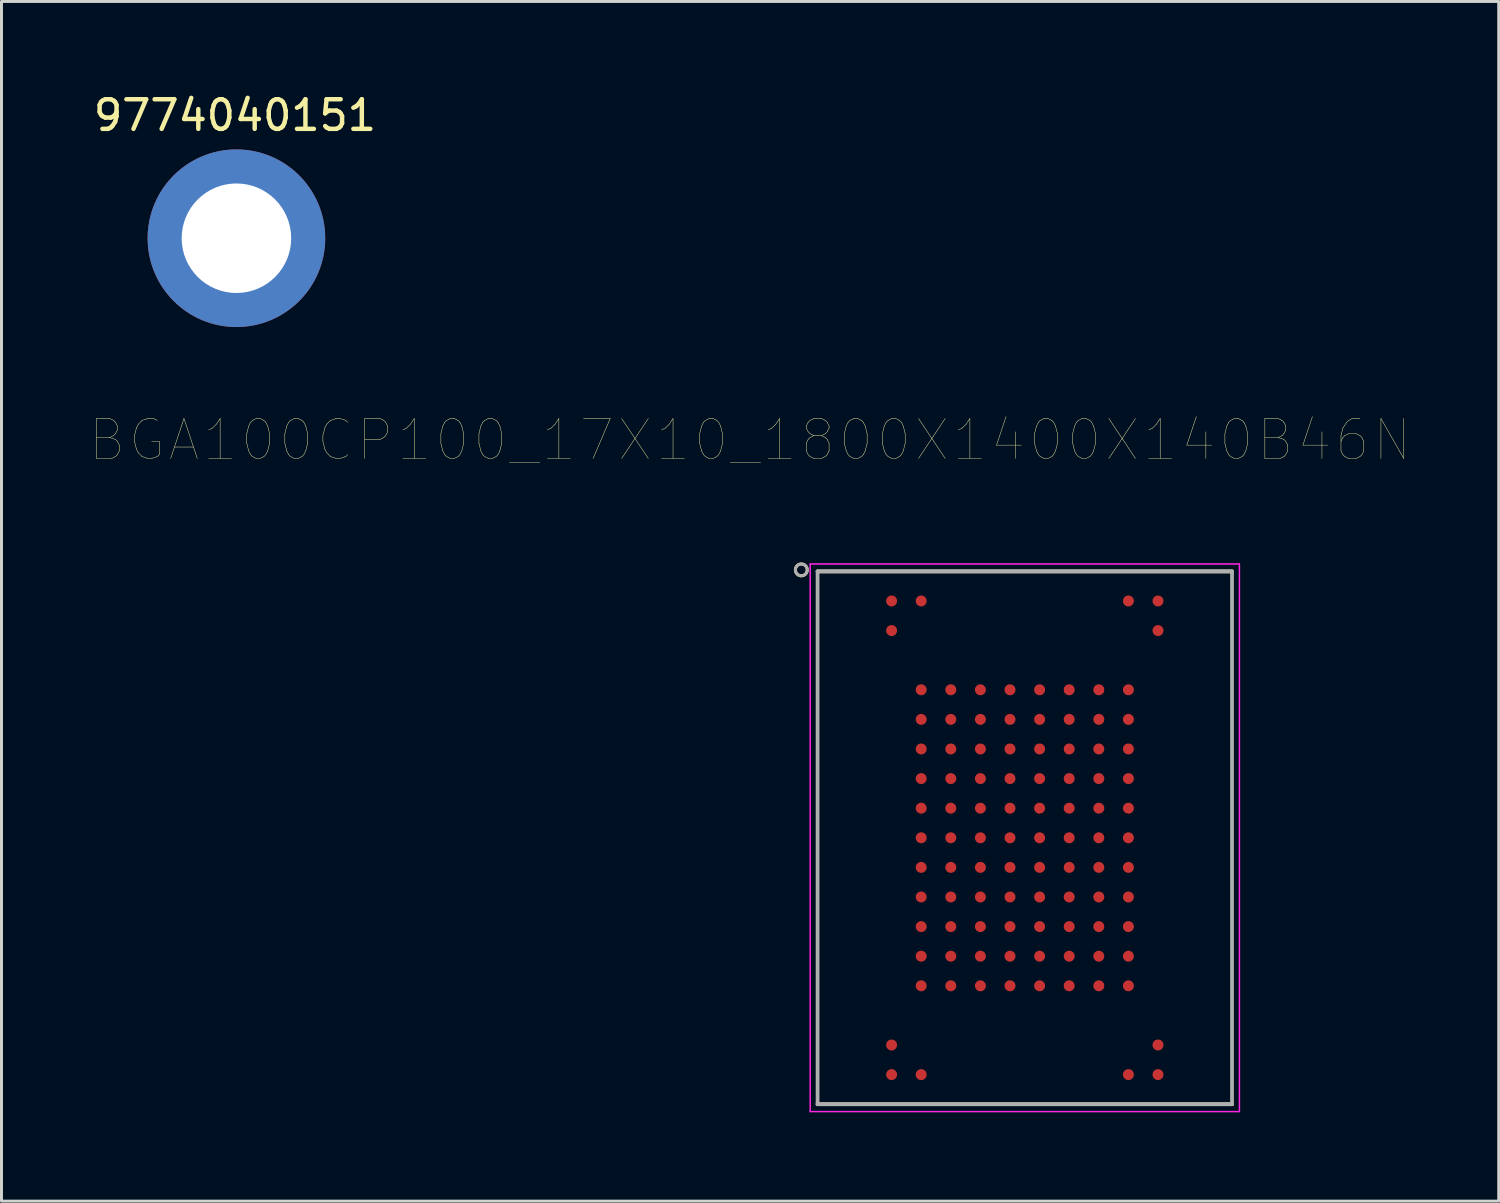
<source format=kicad_pcb>
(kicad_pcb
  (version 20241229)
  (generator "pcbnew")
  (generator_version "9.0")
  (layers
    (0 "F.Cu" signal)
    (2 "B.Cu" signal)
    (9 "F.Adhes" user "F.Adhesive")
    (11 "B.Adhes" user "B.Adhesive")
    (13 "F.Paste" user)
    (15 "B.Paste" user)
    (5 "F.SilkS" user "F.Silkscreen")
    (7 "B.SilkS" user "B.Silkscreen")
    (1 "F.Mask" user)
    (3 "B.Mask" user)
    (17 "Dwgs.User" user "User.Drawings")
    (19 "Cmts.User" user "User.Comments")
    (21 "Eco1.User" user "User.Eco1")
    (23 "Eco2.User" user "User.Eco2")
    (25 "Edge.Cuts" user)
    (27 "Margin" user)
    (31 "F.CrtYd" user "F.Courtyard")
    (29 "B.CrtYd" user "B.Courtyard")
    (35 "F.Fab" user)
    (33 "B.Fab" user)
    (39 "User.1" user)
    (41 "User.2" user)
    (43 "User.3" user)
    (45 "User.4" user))
  (footprint "9774040151"
    (layer "F.Cu")
    (at 4.887 5.048)
    (property "Reference" "9774040151" (at 0 -4.2 0) (layer "F.SilkS") (effects (font (size 1 1) (thickness 0.15))))
    (attr through_hole)
    (pad "1" thru_hole circle (at 0.05 -0.05) (size 6 6) (drill 3.7) (layers "*.Cu" "F.Mask" "F.Paste")))
  (footprint "BGA100CP100_17X10_1800X1400X140B46N"
    (layer "F.Cu")
    (at 31.57 25.252)
    (property "Reference" "BGA100CP100_17X10_1800X1400X140B46N" (at -9.28 -13.438 0) (layer "F.SilkS") (effects (font (size 1.35 1.35) (thickness 0.015))))
    (attr through_hole)
    (fp_line (start 7 -9) (end -7 -9) (stroke (width 0.127) (type solid)) (layer "F.SilkS"))
    (fp_line (start 7 9) (end -7 9) (stroke (width 0.127) (type solid)) (layer "F.SilkS"))
    (fp_circle (center -7.55 -9.05) (end -7.35 -9.05) (stroke (width 0.1) (type solid)) (fill no) (layer "F.SilkS"))
    (fp_line (start -7.25 -9.25) (end 7.25 -9.25) (stroke (width 0.05) (type solid)) (layer "F.CrtYd"))
    (fp_line (start -7.25 9.25) (end -7.25 -9.25) (stroke (width 0.05) (type solid)) (layer "F.CrtYd"))
    (fp_line (start -7.25 9.25) (end 7.25 9.25) (stroke (width 0.05) (type solid)) (layer "F.CrtYd"))
    (fp_line (start 7.25 9.25) (end 7.25 -9.25) (stroke (width 0.05) (type solid)) (layer "F.CrtYd"))
    (fp_line (start -7 9) (end -7 -9) (stroke (width 0.127) (type solid)) (layer "F.Fab"))
    (fp_line (start 7 -9) (end -7 -9) (stroke (width 0.127) (type solid)) (layer "F.Fab"))
    (fp_line (start 7 9) (end -7 9) (stroke (width 0.127) (type solid)) (layer "F.Fab"))
    (fp_line (start 7 9) (end 7 -9) (stroke (width 0.127) (type solid)) (layer "F.Fab"))
    (fp_circle (center -7.55 -9.05) (end -7.35 -9.05) (stroke (width 0.1) (type solid)) (fill no) (layer "F.Fab"))
    (pad "A1" smd circle (at -4.5 -8) (size 0.37 0.37) (layers "F.Cu" "F.Mask" "F.Paste"))
    (pad "A2" smd circle (at -3.5 -8) (size 0.37 0.37) (layers "F.Cu" "F.Mask" "F.Paste"))
    (pad "A9" smd circle (at 3.5 -8) (size 0.37 0.37) (layers "F.Cu" "F.Mask" "F.Paste"))
    (pad "A10" smd circle (at 4.5 -8) (size 0.37 0.37) (layers "F.Cu" "F.Mask" "F.Paste"))
    (pad "B1" smd circle (at -4.5 -7) (size 0.37 0.37) (layers "F.Cu" "F.Mask" "F.Paste"))
    (pad "B10" smd circle (at 4.5 -7) (size 0.37 0.37) (layers "F.Cu" "F.Mask" "F.Paste"))
    (pad "D2" smd circle (at -3.5 -5) (size 0.37 0.37) (layers "F.Cu" "F.Mask" "F.Paste"))
    (pad "D3" smd circle (at -2.5 -5) (size 0.37 0.37) (layers "F.Cu" "F.Mask" "F.Paste"))
    (pad "D4" smd circle (at -1.5 -5) (size 0.37 0.37) (layers "F.Cu" "F.Mask" "F.Paste"))
    (pad "D5" smd circle (at -0.5 -5) (size 0.37 0.37) (layers "F.Cu" "F.Mask" "F.Paste"))
    (pad "D6" smd circle (at 0.5 -5) (size 0.37 0.37) (layers "F.Cu" "F.Mask" "F.Paste"))
    (pad "D7" smd circle (at 1.5 -5) (size 0.37 0.37) (layers "F.Cu" "F.Mask" "F.Paste"))
    (pad "D8" smd circle (at 2.5 -5) (size 0.37 0.37) (layers "F.Cu" "F.Mask" "F.Paste"))
    (pad "D9" smd circle (at 3.5 -5) (size 0.37 0.37) (layers "F.Cu" "F.Mask" "F.Paste"))
    (pad "E2" smd circle (at -3.5 -4) (size 0.37 0.37) (layers "F.Cu" "F.Mask" "F.Paste"))
    (pad "E3" smd circle (at -2.5 -4) (size 0.37 0.37) (layers "F.Cu" "F.Mask" "F.Paste"))
    (pad "E4" smd circle (at -1.5 -4) (size 0.37 0.37) (layers "F.Cu" "F.Mask" "F.Paste"))
    (pad "E5" smd circle (at -0.5 -4) (size 0.37 0.37) (layers "F.Cu" "F.Mask" "F.Paste"))
    (pad "E6" smd circle (at 0.5 -4) (size 0.37 0.37) (layers "F.Cu" "F.Mask" "F.Paste"))
    (pad "E7" smd circle (at 1.5 -4) (size 0.37 0.37) (layers "F.Cu" "F.Mask" "F.Paste"))
    (pad "E8" smd circle (at 2.5 -4) (size 0.37 0.37) (layers "F.Cu" "F.Mask" "F.Paste"))
    (pad "E9" smd circle (at 3.5 -4) (size 0.37 0.37) (layers "F.Cu" "F.Mask" "F.Paste"))
    (pad "F2" smd circle (at -3.5 -3) (size 0.37 0.37) (layers "F.Cu" "F.Mask" "F.Paste"))
    (pad "F3" smd circle (at -2.5 -3) (size 0.37 0.37) (layers "F.Cu" "F.Mask" "F.Paste"))
    (pad "F4" smd circle (at -1.5 -3) (size 0.37 0.37) (layers "F.Cu" "F.Mask" "F.Paste"))
    (pad "F5" smd circle (at -0.5 -3) (size 0.37 0.37) (layers "F.Cu" "F.Mask" "F.Paste"))
    (pad "F6" smd circle (at 0.5 -3) (size 0.37 0.37) (layers "F.Cu" "F.Mask" "F.Paste"))
    (pad "F7" smd circle (at 1.5 -3) (size 0.37 0.37) (layers "F.Cu" "F.Mask" "F.Paste"))
    (pad "F8" smd circle (at 2.5 -3) (size 0.37 0.37) (layers "F.Cu" "F.Mask" "F.Paste"))
    (pad "F9" smd circle (at 3.5 -3) (size 0.37 0.37) (layers "F.Cu" "F.Mask" "F.Paste"))
    (pad "G2" smd circle (at -3.5 -2) (size 0.37 0.37) (layers "F.Cu" "F.Mask" "F.Paste"))
    (pad "G3" smd circle (at -2.5 -2) (size 0.37 0.37) (layers "F.Cu" "F.Mask" "F.Paste"))
    (pad "G4" smd circle (at -1.5 -2) (size 0.37 0.37) (layers "F.Cu" "F.Mask" "F.Paste"))
    (pad "G5" smd circle (at -0.5 -2) (size 0.37 0.37) (layers "F.Cu" "F.Mask" "F.Paste"))
    (pad "G6" smd circle (at 0.5 -2) (size 0.37 0.37) (layers "F.Cu" "F.Mask" "F.Paste"))
    (pad "G7" smd circle (at 1.5 -2) (size 0.37 0.37) (layers "F.Cu" "F.Mask" "F.Paste"))
    (pad "G8" smd circle (at 2.5 -2) (size 0.37 0.37) (layers "F.Cu" "F.Mask" "F.Paste"))
    (pad "G9" smd circle (at 3.5 -2) (size 0.37 0.37) (layers "F.Cu" "F.Mask" "F.Paste"))
    (pad "H2" smd circle (at -3.5 -1) (size 0.37 0.37) (layers "F.Cu" "F.Mask" "F.Paste"))
    (pad "H3" smd circle (at -2.5 -1) (size 0.37 0.37) (layers "F.Cu" "F.Mask" "F.Paste"))
    (pad "H4" smd circle (at -1.5 -1) (size 0.37 0.37) (layers "F.Cu" "F.Mask" "F.Paste"))
    (pad "H5" smd circle (at -0.5 -1) (size 0.37 0.37) (layers "F.Cu" "F.Mask" "F.Paste"))
    (pad "H6" smd circle (at 0.5 -1) (size 0.37 0.37) (layers "F.Cu" "F.Mask" "F.Paste"))
    (pad "H7" smd circle (at 1.5 -1) (size 0.37 0.37) (layers "F.Cu" "F.Mask" "F.Paste"))
    (pad "H8" smd circle (at 2.5 -1) (size 0.37 0.37) (layers "F.Cu" "F.Mask" "F.Paste"))
    (pad "H9" smd circle (at 3.5 -1) (size 0.37 0.37) (layers "F.Cu" "F.Mask" "F.Paste"))
    (pad "J2" smd circle (at -3.5 0) (size 0.37 0.37) (layers "F.Cu" "F.Mask" "F.Paste"))
    (pad "J3" smd circle (at -2.5 0) (size 0.37 0.37) (layers "F.Cu" "F.Mask" "F.Paste"))
    (pad "J4" smd circle (at -1.5 0) (size 0.37 0.37) (layers "F.Cu" "F.Mask" "F.Paste"))
    (pad "J5" smd circle (at -0.5 0) (size 0.37 0.37) (layers "F.Cu" "F.Mask" "F.Paste"))
    (pad "J6" smd circle (at 0.5 0) (size 0.37 0.37) (layers "F.Cu" "F.Mask" "F.Paste"))
    (pad "J7" smd circle (at 1.5 0) (size 0.37 0.37) (layers "F.Cu" "F.Mask" "F.Paste"))
    (pad "J8" smd circle (at 2.5 0) (size 0.37 0.37) (layers "F.Cu" "F.Mask" "F.Paste"))
    (pad "J9" smd circle (at 3.5 0) (size 0.37 0.37) (layers "F.Cu" "F.Mask" "F.Paste"))
    (pad "K2" smd circle (at -3.5 1) (size 0.37 0.37) (layers "F.Cu" "F.Mask" "F.Paste"))
    (pad "K3" smd circle (at -2.5 1) (size 0.37 0.37) (layers "F.Cu" "F.Mask" "F.Paste"))
    (pad "K4" smd circle (at -1.5 1) (size 0.37 0.37) (layers "F.Cu" "F.Mask" "F.Paste"))
    (pad "K5" smd circle (at -0.5 1) (size 0.37 0.37) (layers "F.Cu" "F.Mask" "F.Paste"))
    (pad "K6" smd circle (at 0.5 1) (size 0.37 0.37) (layers "F.Cu" "F.Mask" "F.Paste"))
    (pad "K7" smd circle (at 1.5 1) (size 0.37 0.37) (layers "F.Cu" "F.Mask" "F.Paste"))
    (pad "K8" smd circle (at 2.5 1) (size 0.37 0.37) (layers "F.Cu" "F.Mask" "F.Paste"))
    (pad "K9" smd circle (at 3.5 1) (size 0.37 0.37) (layers "F.Cu" "F.Mask" "F.Paste"))
    (pad "L2" smd circle (at -3.5 2) (size 0.37 0.37) (layers "F.Cu" "F.Mask" "F.Paste"))
    (pad "L3" smd circle (at -2.5 2) (size 0.37 0.37) (layers "F.Cu" "F.Mask" "F.Paste"))
    (pad "L4" smd circle (at -1.5 2) (size 0.37 0.37) (layers "F.Cu" "F.Mask" "F.Paste"))
    (pad "L5" smd circle (at -0.5 2) (size 0.37 0.37) (layers "F.Cu" "F.Mask" "F.Paste"))
    (pad "L6" smd circle (at 0.5 2) (size 0.37 0.37) (layers "F.Cu" "F.Mask" "F.Paste"))
    (pad "L7" smd circle (at 1.5 2) (size 0.37 0.37) (layers "F.Cu" "F.Mask" "F.Paste"))
    (pad "L8" smd circle (at 2.5 2) (size 0.37 0.37) (layers "F.Cu" "F.Mask" "F.Paste"))
    (pad "L9" smd circle (at 3.5 2) (size 0.37 0.37) (layers "F.Cu" "F.Mask" "F.Paste"))
    (pad "M2" smd circle (at -3.5 3) (size 0.37 0.37) (layers "F.Cu" "F.Mask" "F.Paste"))
    (pad "M3" smd circle (at -2.5 3) (size 0.37 0.37) (layers "F.Cu" "F.Mask" "F.Paste"))
    (pad "M4" smd circle (at -1.5 3) (size 0.37 0.37) (layers "F.Cu" "F.Mask" "F.Paste"))
    (pad "M5" smd circle (at -0.5 3) (size 0.37 0.37) (layers "F.Cu" "F.Mask" "F.Paste"))
    (pad "M6" smd circle (at 0.5 3) (size 0.37 0.37) (layers "F.Cu" "F.Mask" "F.Paste"))
    (pad "M7" smd circle (at 1.5 3) (size 0.37 0.37) (layers "F.Cu" "F.Mask" "F.Paste"))
    (pad "M8" smd circle (at 2.5 3) (size 0.37 0.37) (layers "F.Cu" "F.Mask" "F.Paste"))
    (pad "M9" smd circle (at 3.5 3) (size 0.37 0.37) (layers "F.Cu" "F.Mask" "F.Paste"))
    (pad "N2" smd circle (at -3.5 4) (size 0.37 0.37) (layers "F.Cu" "F.Mask" "F.Paste"))
    (pad "N3" smd circle (at -2.5 4) (size 0.37 0.37) (layers "F.Cu" "F.Mask" "F.Paste"))
    (pad "N4" smd circle (at -1.5 4) (size 0.37 0.37) (layers "F.Cu" "F.Mask" "F.Paste"))
    (pad "N5" smd circle (at -0.5 4) (size 0.37 0.37) (layers "F.Cu" "F.Mask" "F.Paste"))
    (pad "N6" smd circle (at 0.5 4) (size 0.37 0.37) (layers "F.Cu" "F.Mask" "F.Paste"))
    (pad "N7" smd circle (at 1.5 4) (size 0.37 0.37) (layers "F.Cu" "F.Mask" "F.Paste"))
    (pad "N8" smd circle (at 2.5 4) (size 0.37 0.37) (layers "F.Cu" "F.Mask" "F.Paste"))
    (pad "N9" smd circle (at 3.5 4) (size 0.37 0.37) (layers "F.Cu" "F.Mask" "F.Paste"))
    (pad "P2" smd circle (at -3.5 5) (size 0.37 0.37) (layers "F.Cu" "F.Mask" "F.Paste"))
    (pad "P3" smd circle (at -2.5 5) (size 0.37 0.37) (layers "F.Cu" "F.Mask" "F.Paste"))
    (pad "P4" smd circle (at -1.5 5) (size 0.37 0.37) (layers "F.Cu" "F.Mask" "F.Paste"))
    (pad "P5" smd circle (at -0.5 5) (size 0.37 0.37) (layers "F.Cu" "F.Mask" "F.Paste"))
    (pad "P6" smd circle (at 0.5 5) (size 0.37 0.37) (layers "F.Cu" "F.Mask" "F.Paste"))
    (pad "P7" smd circle (at 1.5 5) (size 0.37 0.37) (layers "F.Cu" "F.Mask" "F.Paste"))
    (pad "P8" smd circle (at 2.5 5) (size 0.37 0.37) (layers "F.Cu" "F.Mask" "F.Paste"))
    (pad "P9" smd circle (at 3.5 5) (size 0.37 0.37) (layers "F.Cu" "F.Mask" "F.Paste"))
    (pad "T1" smd circle (at -4.5 7) (size 0.37 0.37) (layers "F.Cu" "F.Mask" "F.Paste"))
    (pad "T10" smd circle (at 4.5 7) (size 0.37 0.37) (layers "F.Cu" "F.Mask" "F.Paste"))
    (pad "U1" smd circle (at -4.5 8) (size 0.37 0.37) (layers "F.Cu" "F.Mask" "F.Paste"))
    (pad "U2" smd circle (at -3.5 8) (size 0.37 0.37) (layers "F.Cu" "F.Mask" "F.Paste"))
    (pad "U9" smd circle (at 3.5 8) (size 0.37 0.37) (layers "F.Cu" "F.Mask" "F.Paste"))
    (pad "U10" smd circle (at 4.5 8) (size 0.37 0.37) (layers "F.Cu" "F.Mask" "F.Paste")))
  (gr_rect
    (start -3 -3)
    (end 47.58 37.527)
    (stroke (width 0.1) (type default))
    (fill no)
    (layer "Edge.Cuts")))
</source>
